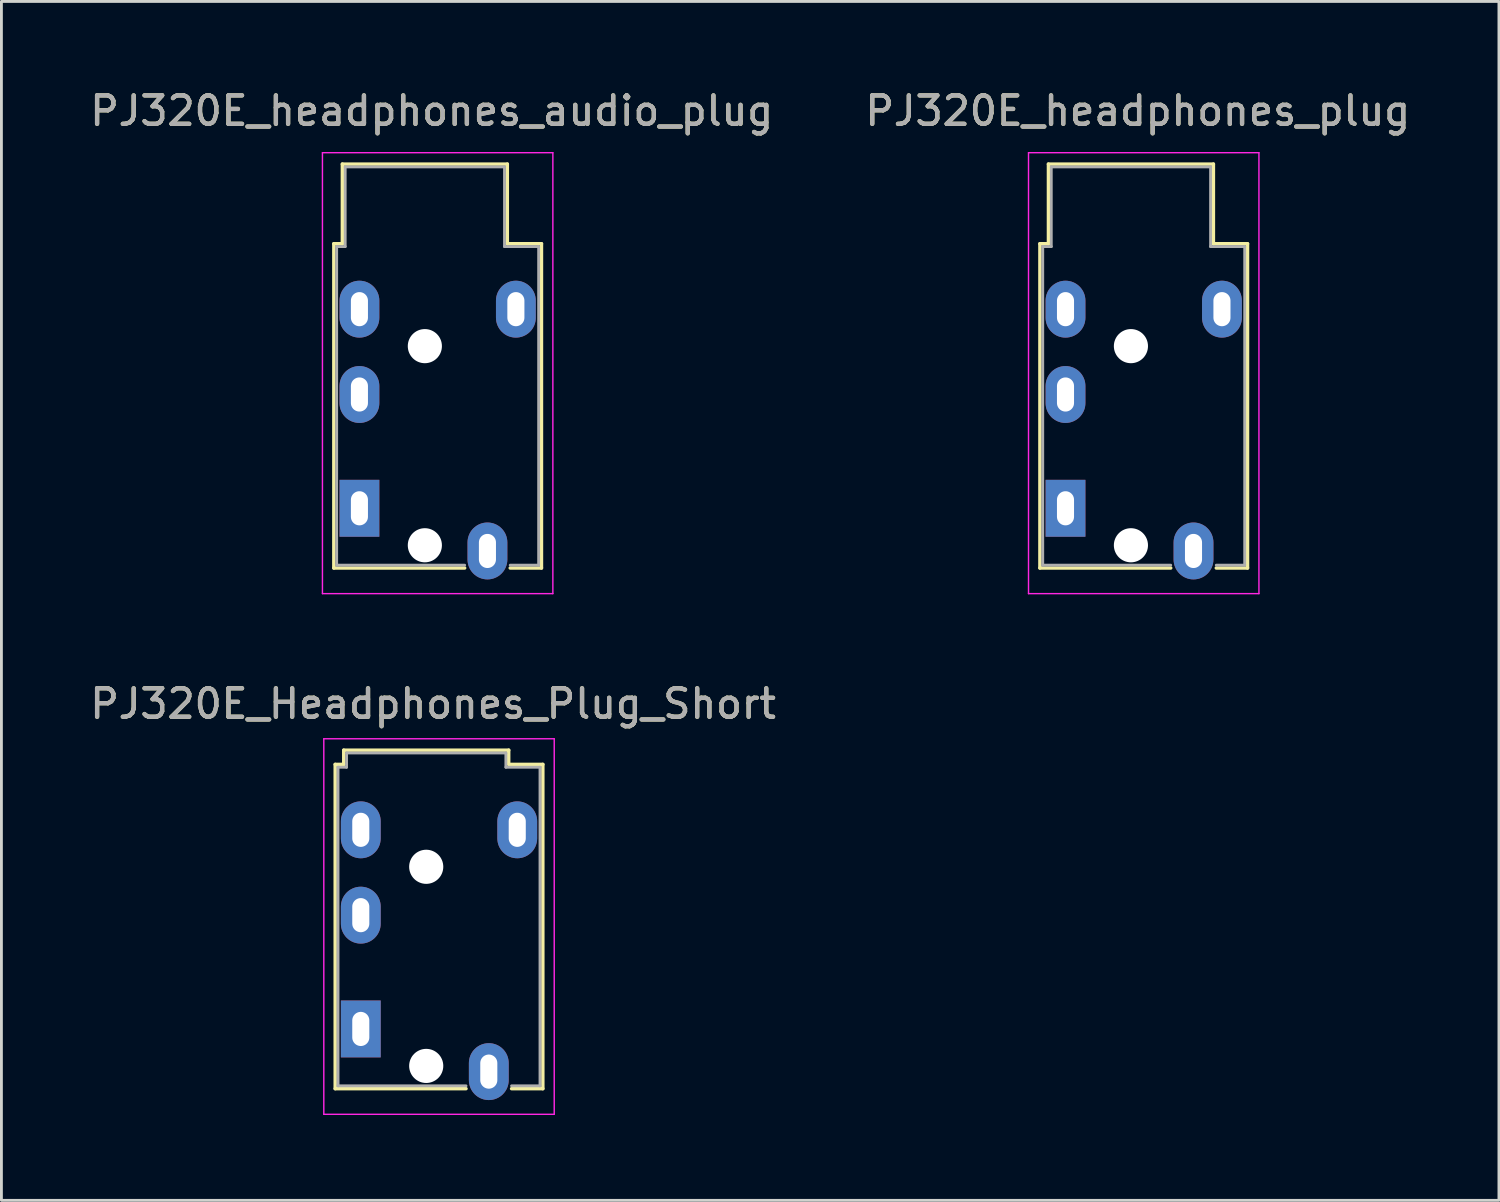
<source format=kicad_pcb>
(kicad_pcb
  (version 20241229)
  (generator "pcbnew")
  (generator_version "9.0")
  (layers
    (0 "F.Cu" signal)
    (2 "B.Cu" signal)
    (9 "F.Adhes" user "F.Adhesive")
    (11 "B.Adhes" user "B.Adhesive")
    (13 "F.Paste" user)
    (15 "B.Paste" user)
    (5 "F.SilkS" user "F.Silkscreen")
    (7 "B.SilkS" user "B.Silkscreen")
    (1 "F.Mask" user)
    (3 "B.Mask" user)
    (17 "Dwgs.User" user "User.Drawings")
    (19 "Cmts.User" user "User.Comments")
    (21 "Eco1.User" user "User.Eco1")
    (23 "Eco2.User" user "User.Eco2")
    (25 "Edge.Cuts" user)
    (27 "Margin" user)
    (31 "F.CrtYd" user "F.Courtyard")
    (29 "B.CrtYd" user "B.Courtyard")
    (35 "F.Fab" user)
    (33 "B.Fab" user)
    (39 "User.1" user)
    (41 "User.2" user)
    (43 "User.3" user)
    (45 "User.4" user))
  (footprint "PJ320E_Headphones_Plug_Short"
    (layer "F.Cu")
    (at 9.633 33.121)
    (property "Reference" "PJ320E_Headphones_Plug_Short" (at 2.54 -11.43 0) (layer "F.SilkS") (effects (font (size 1 1) (thickness 0.15))))
    (attr through_hole)
    (fp_line (start -0.9 -9.3) (end -0.9 2.1) (stroke (width 0.12) (type solid)) (layer "F.SilkS"))
    (fp_line (start -0.9 -9.3) (end -0.6 -9.3) (stroke (width 0.12) (type solid)) (layer "F.SilkS"))
    (fp_line (start -0.9 2.1) (end 3.7 2.1) (stroke (width 0.12) (type solid)) (layer "F.SilkS"))
    (fp_line (start -0.6 -9.8) (end -0.6 -9.3) (stroke (width 0.12) (type solid)) (layer "F.SilkS"))
    (fp_line (start -0.6 -9.8) (end 5.2 -9.8) (stroke (width 0.12) (type solid)) (layer "F.SilkS"))
    (fp_line (start 5.2 -9.3) (end 5.2 -9.8) (stroke (width 0.12) (type solid)) (layer "F.SilkS"))
    (fp_line (start 5.2 -9.3) (end 6.4 -9.3) (stroke (width 0.12) (type solid)) (layer "F.SilkS"))
    (fp_line (start 6.4 -9.3) (end 6.4 2.1) (stroke (width 0.12) (type solid)) (layer "F.SilkS"))
    (fp_line (start 6.4 2.1) (end 5.3 2.1) (stroke (width 0.12) (type solid)) (layer "F.SilkS"))
    (fp_line (start -1.3 -10.2) (end -1.3 3) (stroke (width 0.05) (type solid)) (layer "F.CrtYd"))
    (fp_line (start -1.3 -10.2) (end 6.8 -10.2) (stroke (width 0.05) (type solid)) (layer "F.CrtYd"))
    (fp_line (start -1.3 3) (end 6.8 3) (stroke (width 0.05) (type solid)) (layer "F.CrtYd"))
    (fp_line (start 6.8 -10.2) (end 6.8 3) (stroke (width 0.05) (type solid)) (layer "F.CrtYd"))
    (fp_line (start -0.8 -9.2) (end -0.5 -9.2) (stroke (width 0.1) (type solid)) (layer "F.Fab"))
    (fp_line (start -0.8 2) (end -0.8 -9.2) (stroke (width 0.1) (type solid)) (layer "F.Fab"))
    (fp_line (start -0.5 -9.2) (end -0.5 -9.7) (stroke (width 0.1) (type solid)) (layer "F.Fab"))
    (fp_line (start 3.7 2) (end -0.8 2) (stroke (width 0.1) (type solid)) (layer "F.Fab"))
    (fp_line (start 5.1 -9.7) (end -0.5 -9.7) (stroke (width 0.1) (type solid)) (layer "F.Fab"))
    (fp_line (start 5.1 -9.7) (end 5.1 -9.2) (stroke (width 0.1) (type solid)) (layer "F.Fab"))
    (fp_line (start 5.1 -9.2) (end 6.3 -9.2) (stroke (width 0.1) (type solid)) (layer "F.Fab"))
    (fp_line (start 6.3 -9.2) (end 6.3 2) (stroke (width 0.1) (type solid)) (layer "F.Fab"))
    (fp_line (start 6.3 2) (end 5.3 2) (stroke (width 0.1) (type solid)) (layer "F.Fab"))
    (fp_text user "${REFERENCE}" (at 2.54 -11.43 0) (layer "F.Fab") (effects (font (size 1 1) (thickness 0.15))))
    (pad "" np_thru_hole circle (at 2.3 -5.7 270) (size 1.2 1.2) (drill 1.2) (layers "*.Cu" "*.Mask"))
    (pad "" np_thru_hole circle (at 2.3 1.3 270) (size 1.2 1.2) (drill 1.2) (layers "*.Cu" "*.Mask"))
    (pad "1" thru_hole rect (at 0 0 270) (size 2 1.4) (drill oval 1.2 0.6) (layers "*.Cu" "*.Mask"))
    (pad "2" thru_hole oval (at 0 -4 270) (size 2 1.4) (drill oval 1.2 0.6) (layers "*.Cu" "*.Mask"))
    (pad "3" thru_hole oval (at 0 -7 270) (size 2 1.4) (drill oval 1.2 0.6) (layers "*.Cu" "*.Mask"))
    (pad "4" thru_hole oval (at 4.5 1.5 270) (size 2 1.4) (drill oval 1.2 0.6) (layers "*.Cu" "*.Mask"))
    (pad "5" thru_hole oval (at 5.5 -7 270) (size 2 1.4) (drill oval 1.2 0.6) (layers "*.Cu" "*.Mask")))
  (footprint "PJ320E_headphones_plug"
    (layer "F.Cu")
    (at 34.406 14.818)
    (property "Reference" "PJ320E_headphones_plug" (at 2.54 -13.97 0) (layer "F.SilkS") (effects (font (size 1 1) (thickness 0.15))))
    (attr through_hole)
    (fp_line (start -0.9 -9.3) (end -0.9 2.1) (stroke (width 0.12) (type solid)) (layer "F.SilkS"))
    (fp_line (start -0.9 -9.3) (end -0.6 -9.3) (stroke (width 0.12) (type solid)) (layer "F.SilkS"))
    (fp_line (start -0.9 2.1) (end 3.7 2.1) (stroke (width 0.12) (type solid)) (layer "F.SilkS"))
    (fp_line (start -0.6 -9.3) (end -0.6 -12.1) (stroke (width 0.12) (type solid)) (layer "F.SilkS"))
    (fp_line (start 5.2 -12.1) (end -0.6 -12.1) (stroke (width 0.12) (type solid)) (layer "F.SilkS"))
    (fp_line (start 5.2 -9.3) (end 5.2 -12.1) (stroke (width 0.12) (type solid)) (layer "F.SilkS"))
    (fp_line (start 5.2 -9.3) (end 6.4 -9.3) (stroke (width 0.12) (type solid)) (layer "F.SilkS"))
    (fp_line (start 6.4 -9.3) (end 6.4 2.1) (stroke (width 0.12) (type solid)) (layer "F.SilkS"))
    (fp_line (start 6.4 2.1) (end 5.3 2.1) (stroke (width 0.12) (type solid)) (layer "F.SilkS"))
    (fp_line (start -1.3 -12.5) (end -1.3 3) (stroke (width 0.05) (type solid)) (layer "F.CrtYd"))
    (fp_line (start -1.3 -12.5) (end 6.8 -12.5) (stroke (width 0.05) (type solid)) (layer "F.CrtYd"))
    (fp_line (start -1.3 3) (end 6.8 3) (stroke (width 0.05) (type solid)) (layer "F.CrtYd"))
    (fp_line (start 6.8 -12.5) (end 6.8 3) (stroke (width 0.05) (type solid)) (layer "F.CrtYd"))
    (fp_line (start -0.8 -9.2) (end -0.5 -9.2) (stroke (width 0.1) (type solid)) (layer "F.Fab"))
    (fp_line (start -0.8 2) (end -0.8 -9.2) (stroke (width 0.1) (type solid)) (layer "F.Fab"))
    (fp_line (start -0.5 -12) (end 5.1 -12) (stroke (width 0.1) (type solid)) (layer "F.Fab"))
    (fp_line (start -0.5 -9.2) (end -0.5 -12) (stroke (width 0.1) (type solid)) (layer "F.Fab"))
    (fp_line (start 3.7 2) (end -0.8 2) (stroke (width 0.1) (type solid)) (layer "F.Fab"))
    (fp_line (start 5.1 -12) (end 5.1 -9.2) (stroke (width 0.1) (type solid)) (layer "F.Fab"))
    (fp_line (start 5.1 -9.2) (end 6.3 -9.2) (stroke (width 0.1) (type solid)) (layer "F.Fab"))
    (fp_line (start 6.3 -9.2) (end 6.3 2) (stroke (width 0.1) (type solid)) (layer "F.Fab"))
    (fp_line (start 6.3 2) (end 5.3 2) (stroke (width 0.1) (type solid)) (layer "F.Fab"))
    (fp_text user "${REFERENCE}" (at 2.54 -13.97 0) (layer "F.Fab") (effects (font (size 1 1) (thickness 0.15))))
    (pad "" np_thru_hole circle (at 2.3 -5.7 270) (size 1.2 1.2) (drill 1.2) (layers "*.Cu" "*.Mask"))
    (pad "" np_thru_hole circle (at 2.3 1.3 270) (size 1.2 1.2) (drill 1.2) (layers "*.Cu" "*.Mask"))
    (pad "1" thru_hole rect (at 0 0 270) (size 2 1.4) (drill oval 1.2 0.6) (layers "*.Cu" "*.Mask"))
    (pad "2" thru_hole oval (at 0 -4 270) (size 2 1.4) (drill oval 1.2 0.6) (layers "*.Cu" "*.Mask"))
    (pad "3" thru_hole oval (at 0 -7 270) (size 2 1.4) (drill oval 1.2 0.6) (layers "*.Cu" "*.Mask"))
    (pad "4" thru_hole oval (at 4.5 1.5 270) (size 2 1.4) (drill oval 1.2 0.6) (layers "*.Cu" "*.Mask"))
    (pad "5" thru_hole oval (at 5.5 -7 270) (size 2 1.4) (drill oval 1.2 0.6) (layers "*.Cu" "*.Mask")))
  (footprint "PJ320E_headphones_audio_plug"
    (layer "F.Cu")
    (at 9.585 14.818)
    (property "Reference" "PJ320E_headphones_audio_plug" (at 2.54 -13.97 0) (layer "F.SilkS") (effects (font (size 1 1) (thickness 0.15))))
    (attr through_hole)
    (fp_line (start -0.9 -9.3) (end -0.9 2.1) (stroke (width 0.12) (type solid)) (layer "F.SilkS"))
    (fp_line (start -0.9 -9.3) (end -0.6 -9.3) (stroke (width 0.12) (type solid)) (layer "F.SilkS"))
    (fp_line (start -0.9 2.1) (end 3.7 2.1) (stroke (width 0.12) (type solid)) (layer "F.SilkS"))
    (fp_line (start -0.6 -9.3) (end -0.6 -12.1) (stroke (width 0.12) (type solid)) (layer "F.SilkS"))
    (fp_line (start 5.2 -12.1) (end -0.6 -12.1) (stroke (width 0.12) (type solid)) (layer "F.SilkS"))
    (fp_line (start 5.2 -9.3) (end 5.2 -12.1) (stroke (width 0.12) (type solid)) (layer "F.SilkS"))
    (fp_line (start 5.2 -9.3) (end 6.4 -9.3) (stroke (width 0.12) (type solid)) (layer "F.SilkS"))
    (fp_line (start 6.4 -9.3) (end 6.4 2.1) (stroke (width 0.12) (type solid)) (layer "F.SilkS"))
    (fp_line (start 6.4 2.1) (end 5.3 2.1) (stroke (width 0.12) (type solid)) (layer "F.SilkS"))
    (fp_line (start -1.3 -12.5) (end -1.3 3) (stroke (width 0.05) (type solid)) (layer "F.CrtYd"))
    (fp_line (start -1.3 -12.5) (end 6.8 -12.5) (stroke (width 0.05) (type solid)) (layer "F.CrtYd"))
    (fp_line (start -1.3 3) (end 6.8 3) (stroke (width 0.05) (type solid)) (layer "F.CrtYd"))
    (fp_line (start 6.8 -12.5) (end 6.8 3) (stroke (width 0.05) (type solid)) (layer "F.CrtYd"))
    (fp_line (start -0.8 -9.2) (end -0.5 -9.2) (stroke (width 0.1) (type solid)) (layer "F.Fab"))
    (fp_line (start -0.8 2) (end -0.8 -9.2) (stroke (width 0.1) (type solid)) (layer "F.Fab"))
    (fp_line (start -0.5 -12) (end 5.1 -12) (stroke (width 0.1) (type solid)) (layer "F.Fab"))
    (fp_line (start -0.5 -9.2) (end -0.5 -12) (stroke (width 0.1) (type solid)) (layer "F.Fab"))
    (fp_line (start 3.7 2) (end -0.8 2) (stroke (width 0.1) (type solid)) (layer "F.Fab"))
    (fp_line (start 5.1 -12) (end 5.1 -9.2) (stroke (width 0.1) (type solid)) (layer "F.Fab"))
    (fp_line (start 5.1 -9.2) (end 6.3 -9.2) (stroke (width 0.1) (type solid)) (layer "F.Fab"))
    (fp_line (start 6.3 -9.2) (end 6.3 2) (stroke (width 0.1) (type solid)) (layer "F.Fab"))
    (fp_line (start 6.3 2) (end 5.3 2) (stroke (width 0.1) (type solid)) (layer "F.Fab"))
    (fp_text user "${REFERENCE}" (at 2.54 -13.97 0) (layer "F.Fab") (effects (font (size 1 1) (thickness 0.15))))
    (pad "" np_thru_hole circle (at 2.3 -5.7 270) (size 1.2 1.2) (drill 1.2) (layers "*.Cu" "*.Mask"))
    (pad "" np_thru_hole circle (at 2.3 1.3 270) (size 1.2 1.2) (drill 1.2) (layers "*.Cu" "*.Mask"))
    (pad "1" thru_hole rect (at 0 0 270) (size 2 1.4) (drill oval 1.2 0.6) (layers "*.Cu" "*.Mask"))
    (pad "2" thru_hole oval (at 0 -4 270) (size 2 1.4) (drill oval 1.2 0.6) (layers "*.Cu" "*.Mask"))
    (pad "3" thru_hole oval (at 0 -7 270) (size 2 1.4) (drill oval 1.2 0.6) (layers "*.Cu" "*.Mask"))
    (pad "4" thru_hole oval (at 4.5 1.5 270) (size 2 1.4) (drill oval 1.2 0.6) (layers "*.Cu" "*.Mask"))
    (pad "5" thru_hole oval (at 5.5 -7 270) (size 2 1.4) (drill oval 1.2 0.6) (layers "*.Cu" "*.Mask")))
  (gr_rect
    (start -3 -3)
    (end 49.643 39.147)
    (stroke (width 0.1) (type default))
    (fill no)
    (layer "Edge.Cuts")))
</source>
